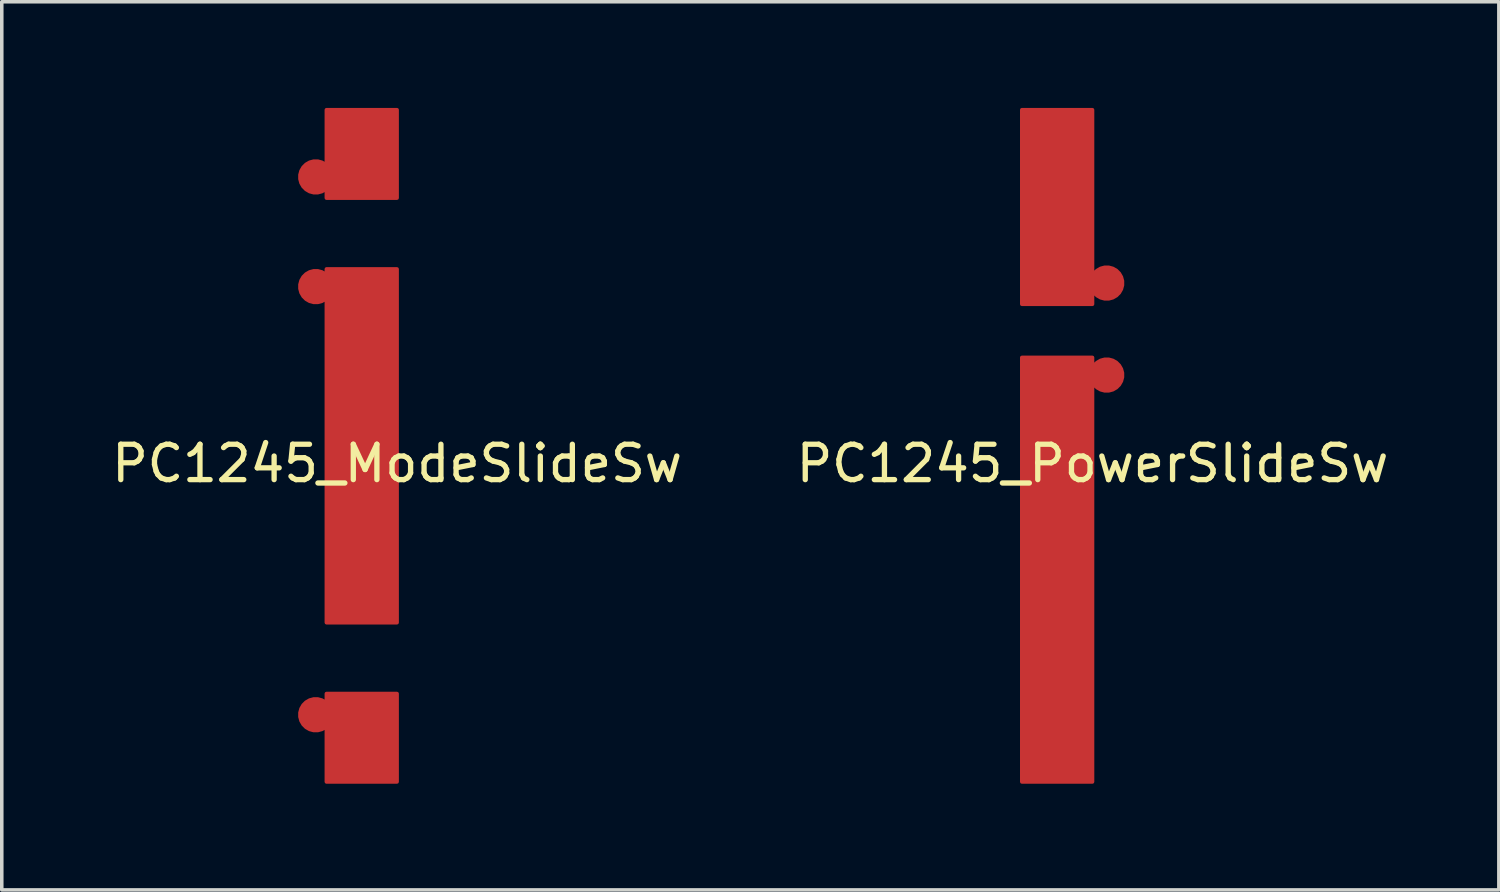
<source format=kicad_pcb>
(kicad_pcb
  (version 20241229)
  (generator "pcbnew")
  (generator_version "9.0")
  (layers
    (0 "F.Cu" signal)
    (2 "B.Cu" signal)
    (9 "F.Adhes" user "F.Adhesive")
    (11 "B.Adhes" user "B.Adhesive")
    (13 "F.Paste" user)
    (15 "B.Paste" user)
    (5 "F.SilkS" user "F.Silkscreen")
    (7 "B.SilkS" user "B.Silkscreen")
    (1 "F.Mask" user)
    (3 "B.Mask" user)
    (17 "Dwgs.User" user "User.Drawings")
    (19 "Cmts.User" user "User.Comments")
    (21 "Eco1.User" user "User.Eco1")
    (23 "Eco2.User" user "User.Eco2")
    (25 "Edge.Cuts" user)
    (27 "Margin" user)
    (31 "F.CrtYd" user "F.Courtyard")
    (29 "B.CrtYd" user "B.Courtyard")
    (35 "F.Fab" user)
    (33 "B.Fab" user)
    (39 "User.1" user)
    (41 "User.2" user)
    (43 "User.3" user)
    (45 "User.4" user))
  (footprint "PC1245_ModeSlideSw"
    (layer "F.Cu")
    (at 8.173 9.55)
    (property "Reference" "PC1245_ModeSlideSw" (at 0 0.5 0) (layer "F.SilkS") (effects (font (size 1 1) (thickness 0.15))))
    (attr through_hole)
    (pad "1" smd custom (at -2.3 -7.6) (size 1 1) (layers "F.Cu" "F.Mask" "F.Paste") (options (anchor circle)) (primitives (gr_poly (pts (xy 2.3 0.6) (xy 0.3 0.6) (xy 0.3 -1.9) (xy 2.3 -1.9)) (width 0.1) (fill yes))))
    (pad "2" smd custom (at -2.3 -4.5) (size 1 1) (layers "F.Cu" "F.Mask" "F.Paste") (options (anchor circle)) (primitives (gr_poly (pts (xy 2.3 9.5) (xy 0.3 9.5) (xy 0.3 -0.5) (xy 2.3 -0.5)) (width 0.1) (fill yes))))
    (pad "3" smd custom (at -2.3 7.6) (size 1 1) (layers "F.Cu" "F.Mask" "F.Paste") (options (anchor circle)) (primitives (gr_poly (pts (xy 2.3 1.9) (xy 0.3 1.9) (xy 0.3 -0.6) (xy 2.3 -0.6)) (width 0.1) (fill yes)))))
  (footprint "PC1245_PowerSlideSw"
    (layer "F.Cu")
    (at 27.827 9.55)
    (property "Reference" "PC1245_PowerSlideSw" (at 0 0.5 0) (layer "F.SilkS") (effects (font (size 1 1) (thickness 0.15))))
    (attr through_hole)
    (pad "1" smd custom (at 0.4 -4.6) (size 1 1) (layers "F.Cu" "F.Mask" "F.Paste") (options (anchor circle)) (primitives (gr_poly (pts (xy -0.4 0.6) (xy -2.4 0.6) (xy -2.4 -4.9) (xy -0.4 -4.9)) (width 0.1) (fill yes))))
    (pad "2" smd custom (at 0.4 -2) (size 1 1) (layers "F.Cu" "F.Mask" "F.Paste") (options (anchor circle)) (primitives (gr_poly (pts (xy -0.4 11.5) (xy -2.4 11.5) (xy -2.4 -0.5) (xy -0.4 -0.5)) (width 0.1) (fill yes)))))
  (gr_rect
    (start -3 -3)
    (end 39.31 22.1)
    (stroke (width 0.1) (type default))
    (fill no)
    (layer "Edge.Cuts")))
</source>
